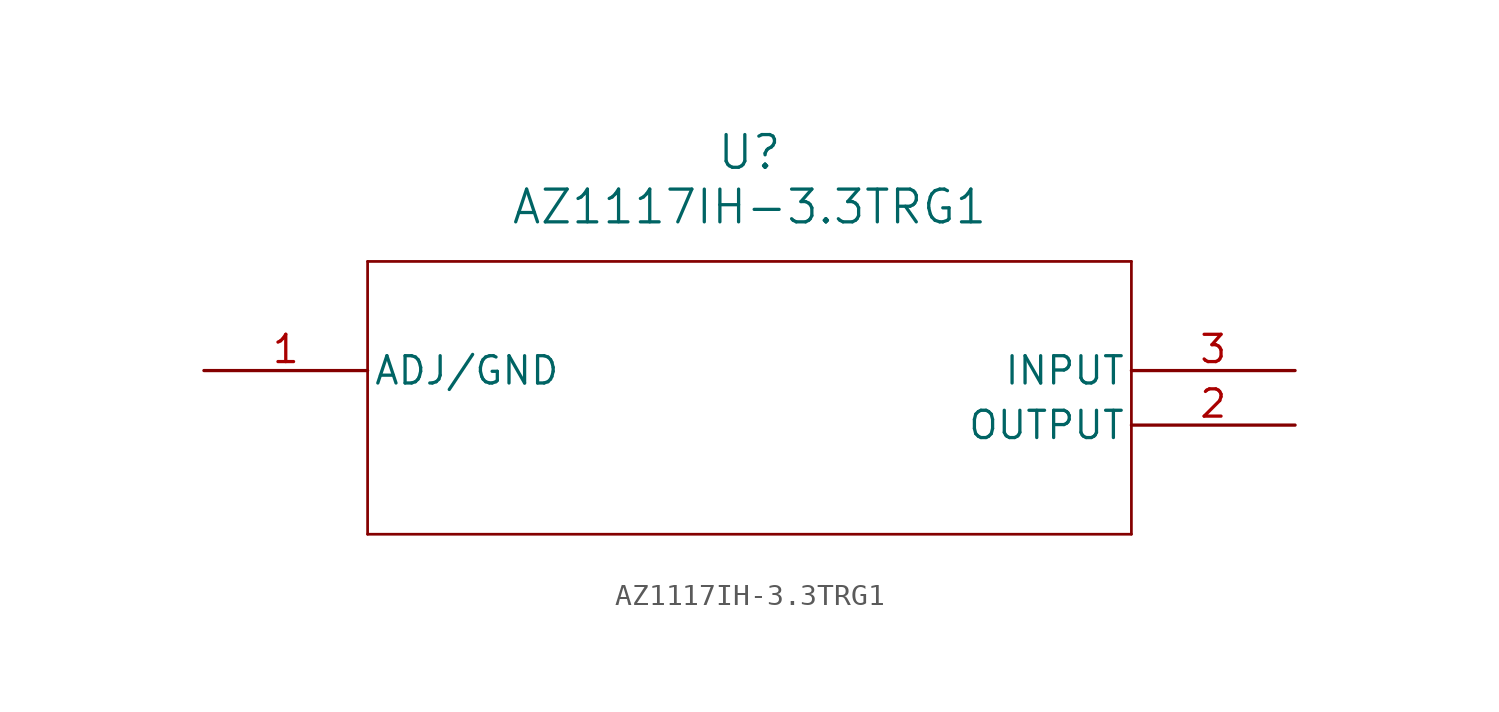
<source format=kicad_sym>
(kicad_symbol_lib
  (version 20211014)
  (generator kicad_symbol_editor)
  (symbol "AZ1117IH-3.3TRG1"
    (pin_names
      (offset 0.254))
    (property "Reference" "U"
      (at 25.4 10.16 0)
      (effects (font (size 1.524 1.524))))
    (property "Value" "AZ1117IH-3.3TRG1"
      (at 25.4 7.62 0)
      (effects (font (size 1.524 1.524))))
    (polyline
      (pts (xy 7.62 5.08) (xy 7.62 -7.62))
      (stroke (width 0.127) (type default) (color 0 0 0 0))
      (fill (type none)))
    (polyline
      (pts (xy 7.62 -7.62) (xy 43.18 -7.62))
      (stroke (width 0.127) (type default) (color 0 0 0 0))
      (fill (type none)))
    (polyline
      (pts (xy 43.18 -7.62) (xy 43.18 5.08))
      (stroke (width 0.127) (type default) (color 0 0 0 0))
      (fill (type none)))
    (polyline
      (pts (xy 43.18 5.08) (xy 7.62 5.08))
      (stroke (width 0.127) (type default) (color 0 0 0 0))
      (fill (type none)))
    (pin power_out line
      (at 0 0 0)
      (length 7.62)
      (name "ADJ/GND" (effects (font (size 1.27 1.27))))
      (number "1" (effects (font (size 1.27 1.27)))))
    (pin output line
      (at 50.8 -2.54 180)
      (length 7.62)
      (name "OUTPUT" (effects (font (size 1.27 1.27))))
      (number "2" (effects (font (size 1.27 1.27)))))
    (pin unspecified line
      (at 50.8 0 180)
      (length 7.62)
      (name "INPUT" (effects (font (size 1.27 1.27))))
      (number "3" (effects (font (size 1.27 1.27)))))))
</source>
